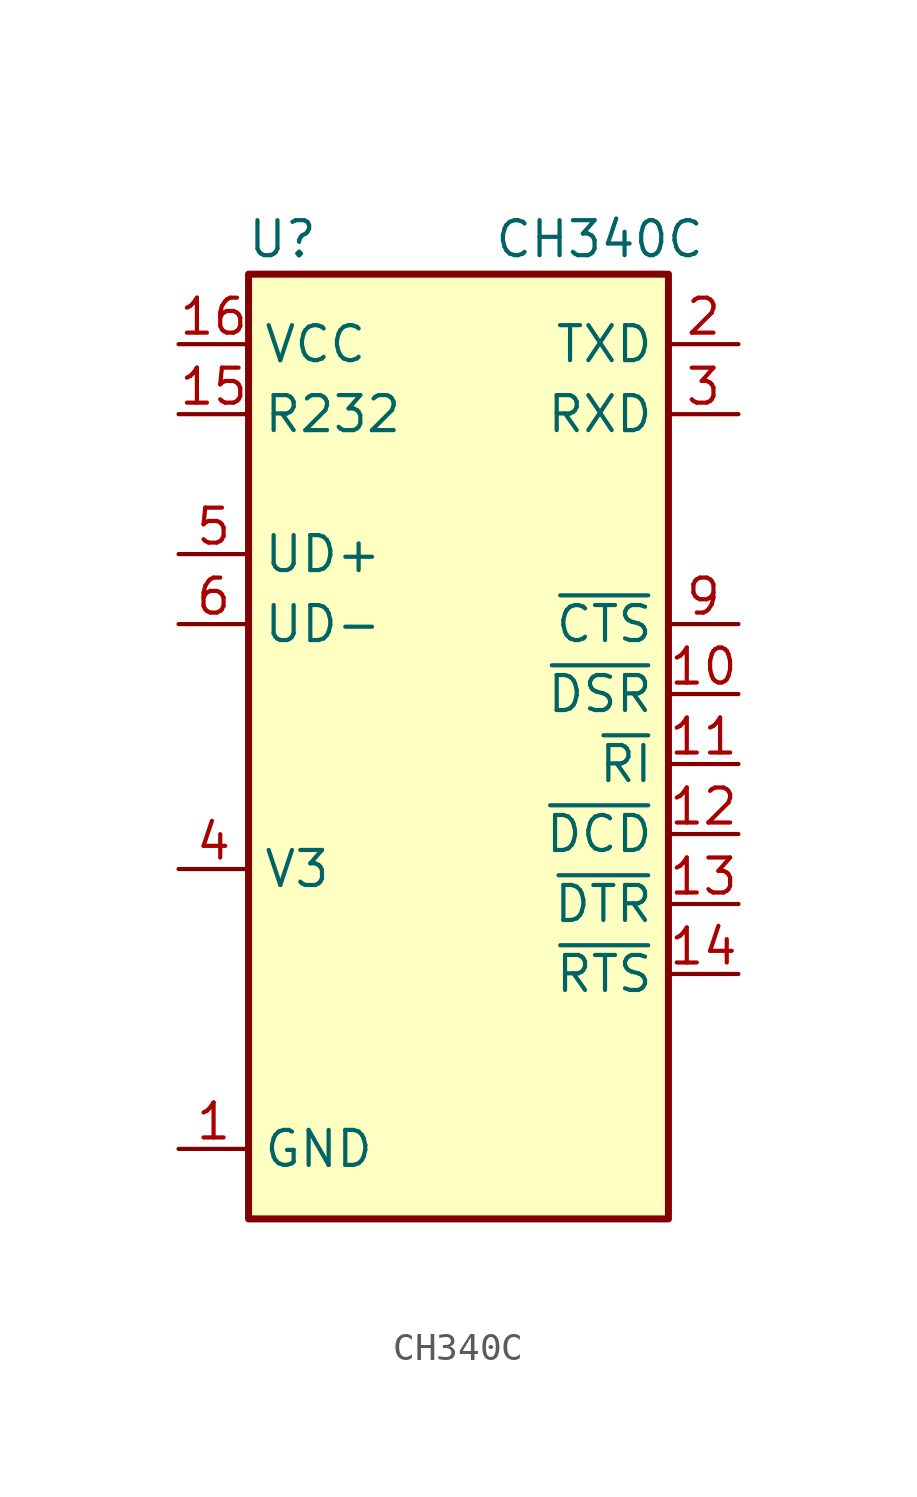
<source format=kicad_sym>
(kicad_symbol_lib
  (version 20241209)
  (generator "kicad_symbol_editor")
  (generator_version "9.0")
  (symbol "CH340C"
    (property "Reference" "U"
      (at -5.08 13.97 0)
      (effects (font (size 1.27 1.27)) (justify right)))
    (property "Value" "CH340C"
      (at 1.27 13.97 0)
      (effects (font (size 1.27 1.27)) (justify left)))
    (symbol "CH340C_0_1"
      (rectangle (start -7.62 12.7) (end 7.62 -21.59) (stroke (width 0.254) (type default)) (fill (type background))))
    (symbol "CH340C_1_1"
      (pin power_in line (at -10.16 10.16 0) (length 2.54) (name "VCC" (effects (font (size 1.27 1.27)))) (number "16" (effects (font (size 1.27 1.27)))))
      (pin input line (at -10.16 7.62 0) (length 2.54) (name "R232" (effects (font (size 1.27 1.27)))) (number "15" (effects (font (size 1.27 1.27)))))
      (pin bidirectional line (at -10.16 2.54 0) (length 2.54) (name "UD+" (effects (font (size 1.27 1.27)))) (number "5" (effects (font (size 1.27 1.27)))))
      (pin bidirectional line (at -10.16 0 0) (length 2.54) (name "UD-" (effects (font (size 1.27 1.27)))) (number "6" (effects (font (size 1.27 1.27)))))
      (pin power_out line (at -10.16 -8.89 0) (length 2.54) (name "V3" (effects (font (size 1.27 1.27)))) (number "4" (effects (font (size 1.27 1.27)))))
      (pin power_in line (at -10.16 -19.05 0) (length 2.54) (name "GND" (effects (font (size 1.27 1.27)))) (number "1" (effects (font (size 1.27 1.27)))))
      (pin no_connect line (at -7.62 -3.81 0) (length 2.54) (hide yes) (name "NC" (effects (font (size 1.27 1.27)))) (number "7" (effects (font (size 1.27 1.27)))))
      (pin no_connect line (at -7.62 -6.35 0) (length 2.54) (hide yes) (name "NC" (effects (font (size 1.27 1.27)))) (number "8" (effects (font (size 1.27 1.27)))))
      (pin output line (at 10.16 10.16 180) (length 2.54) (name "TXD" (effects (font (size 1.27 1.27)))) (number "2" (effects (font (size 1.27 1.27)))))
      (pin input line (at 10.16 7.62 180) (length 2.54) (name "RXD" (effects (font (size 1.27 1.27)))) (number "3" (effects (font (size 1.27 1.27)))))
      (pin input line (at 10.16 0 180) (length 2.54) (name "~{CTS}" (effects (font (size 1.27 1.27)))) (number "9" (effects (font (size 1.27 1.27)))))
      (pin input line (at 10.16 -2.54 180) (length 2.54) (name "~{DSR}" (effects (font (size 1.27 1.27)))) (number "10" (effects (font (size 1.27 1.27)))))
      (pin input line (at 10.16 -5.08 180) (length 2.54) (name "~{RI}" (effects (font (size 1.27 1.27)))) (number "11" (effects (font (size 1.27 1.27)))))
      (pin input line (at 10.16 -7.62 180) (length 2.54) (name "~{DCD}" (effects (font (size 1.27 1.27)))) (number "12" (effects (font (size 1.27 1.27)))))
      (pin output line (at 10.16 -10.16 180) (length 2.54) (name "~{DTR}" (effects (font (size 1.27 1.27)))) (number "13" (effects (font (size 1.27 1.27)))))
      (pin output line (at 10.16 -12.7 180) (length 2.54) (name "~{RTS}" (effects (font (size 1.27 1.27)))) (number "14" (effects (font (size 1.27 1.27))))))))
</source>
